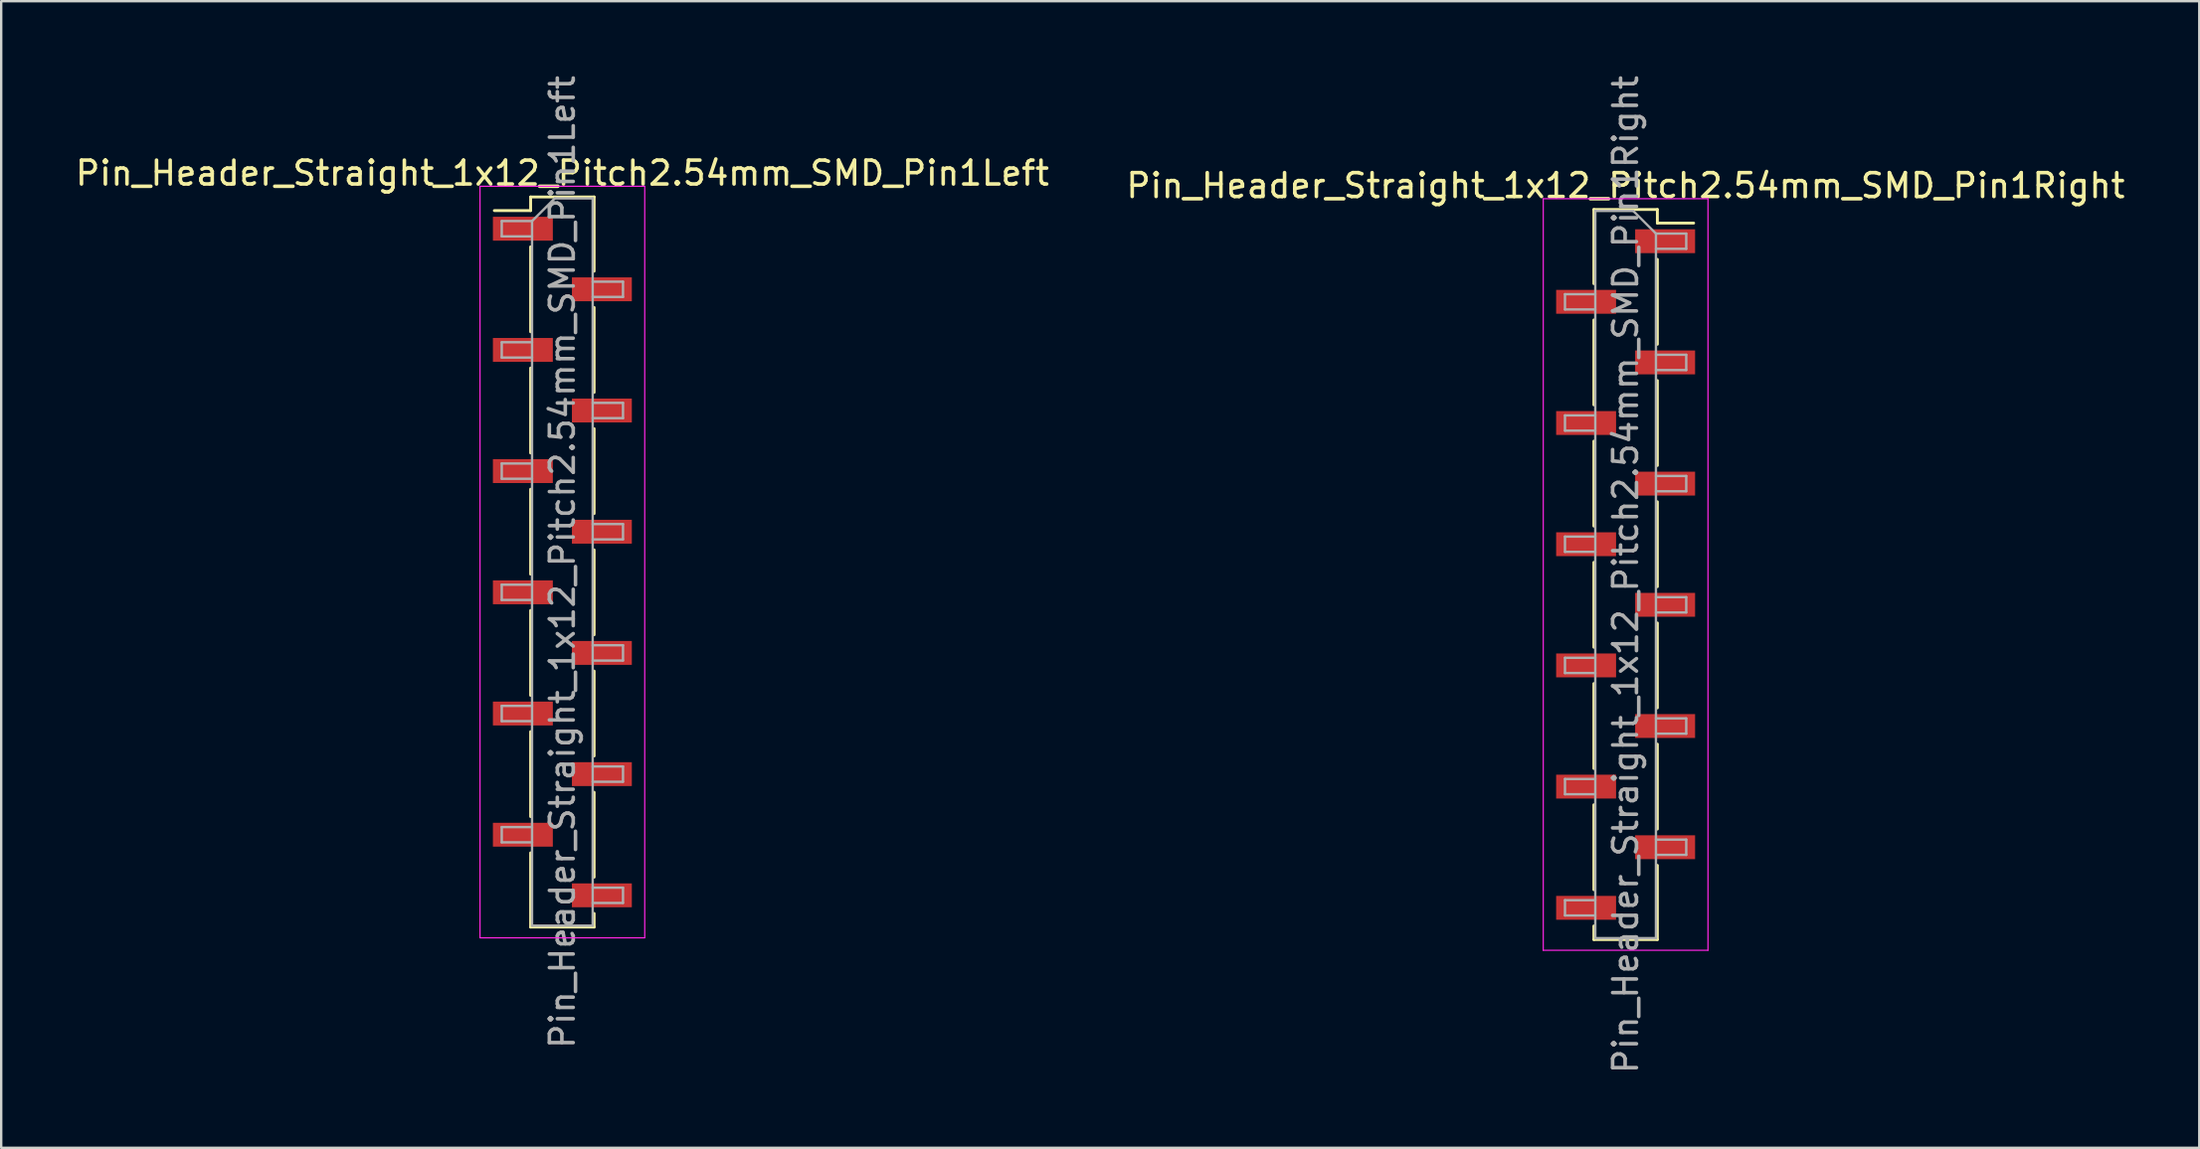
<source format=kicad_pcb>
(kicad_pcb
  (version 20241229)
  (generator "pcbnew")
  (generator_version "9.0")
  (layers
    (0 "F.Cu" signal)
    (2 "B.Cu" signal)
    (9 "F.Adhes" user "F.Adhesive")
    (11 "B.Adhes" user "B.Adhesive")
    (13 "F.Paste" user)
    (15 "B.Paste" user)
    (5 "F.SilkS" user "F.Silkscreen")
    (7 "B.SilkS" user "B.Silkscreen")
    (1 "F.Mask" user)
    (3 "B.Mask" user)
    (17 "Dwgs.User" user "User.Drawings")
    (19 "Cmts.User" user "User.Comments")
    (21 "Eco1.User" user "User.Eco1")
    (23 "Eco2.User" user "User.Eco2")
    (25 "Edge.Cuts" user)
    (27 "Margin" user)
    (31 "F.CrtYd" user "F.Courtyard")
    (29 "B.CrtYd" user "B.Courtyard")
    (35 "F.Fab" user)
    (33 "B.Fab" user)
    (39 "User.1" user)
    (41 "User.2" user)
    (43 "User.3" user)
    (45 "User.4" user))
  (footprint "Pin_Header_Straight_1x12_Pitch2.54mm_SMD_Pin1Left"
    (layer "F.Cu")
    (at 20.506 20.506)
    (property "Reference" "Pin_Header_Straight_1x12_Pitch2.54mm_SMD_Pin1Left" (at 0 -16.3 0) (layer "F.SilkS") (effects (font (size 1 1) (thickness 0.15))))
    (attr smd)
    (fp_line (start -1.33 -15.3) (end -1.33 -14.73) (stroke (width 0.12) (type solid)) (layer "F.SilkS"))
    (fp_line (start -1.33 -15.3) (end 1.33 -15.3) (stroke (width 0.12) (type solid)) (layer "F.SilkS"))
    (fp_line (start -1.33 -14.73) (end -2.85 -14.73) (stroke (width 0.12) (type solid)) (layer "F.SilkS"))
    (fp_line (start -1.33 -13.21) (end -1.33 -9.65) (stroke (width 0.12) (type solid)) (layer "F.SilkS"))
    (fp_line (start -1.33 -8.13) (end -1.33 -4.57) (stroke (width 0.12) (type solid)) (layer "F.SilkS"))
    (fp_line (start -1.33 -3.05) (end -1.33 0.51) (stroke (width 0.12) (type solid)) (layer "F.SilkS"))
    (fp_line (start -1.33 2.03) (end -1.33 5.59) (stroke (width 0.12) (type solid)) (layer "F.SilkS"))
    (fp_line (start -1.33 7.11) (end -1.33 10.67) (stroke (width 0.12) (type solid)) (layer "F.SilkS"))
    (fp_line (start -1.33 12.19) (end -1.33 15.3) (stroke (width 0.12) (type solid)) (layer "F.SilkS"))
    (fp_line (start -1.33 15.3) (end 1.33 15.3) (stroke (width 0.12) (type solid)) (layer "F.SilkS"))
    (fp_line (start 1.33 -15.3) (end 1.33 -12.19) (stroke (width 0.12) (type solid)) (layer "F.SilkS"))
    (fp_line (start 1.33 -10.67) (end 1.33 -7.11) (stroke (width 0.12) (type solid)) (layer "F.SilkS"))
    (fp_line (start 1.33 -5.59) (end 1.33 -2.03) (stroke (width 0.12) (type solid)) (layer "F.SilkS"))
    (fp_line (start 1.33 -0.51) (end 1.33 3.05) (stroke (width 0.12) (type solid)) (layer "F.SilkS"))
    (fp_line (start 1.33 4.57) (end 1.33 8.13) (stroke (width 0.12) (type solid)) (layer "F.SilkS"))
    (fp_line (start 1.33 9.65) (end 1.33 13.21) (stroke (width 0.12) (type solid)) (layer "F.SilkS"))
    (fp_line (start 1.33 14.73) (end 1.33 15.3) (stroke (width 0.12) (type solid)) (layer "F.SilkS"))
    (fp_line (start -3.45 -15.75) (end -3.45 15.75) (stroke (width 0.05) (type solid)) (layer "F.CrtYd"))
    (fp_line (start -3.45 15.75) (end 3.45 15.75) (stroke (width 0.05) (type solid)) (layer "F.CrtYd"))
    (fp_line (start 3.45 -15.75) (end -3.45 -15.75) (stroke (width 0.05) (type solid)) (layer "F.CrtYd"))
    (fp_line (start 3.45 15.75) (end 3.45 -15.75) (stroke (width 0.05) (type solid)) (layer "F.CrtYd"))
    (fp_line (start -2.54 -14.29) (end -2.54 -13.65) (stroke (width 0.1) (type solid)) (layer "F.Fab"))
    (fp_line (start -2.54 -13.65) (end -1.27 -13.65) (stroke (width 0.1) (type solid)) (layer "F.Fab"))
    (fp_line (start -2.54 -9.21) (end -2.54 -8.57) (stroke (width 0.1) (type solid)) (layer "F.Fab"))
    (fp_line (start -2.54 -8.57) (end -1.27 -8.57) (stroke (width 0.1) (type solid)) (layer "F.Fab"))
    (fp_line (start -2.54 -4.13) (end -2.54 -3.49) (stroke (width 0.1) (type solid)) (layer "F.Fab"))
    (fp_line (start -2.54 -3.49) (end -1.27 -3.49) (stroke (width 0.1) (type solid)) (layer "F.Fab"))
    (fp_line (start -2.54 0.95) (end -2.54 1.59) (stroke (width 0.1) (type solid)) (layer "F.Fab"))
    (fp_line (start -2.54 1.59) (end -1.27 1.59) (stroke (width 0.1) (type solid)) (layer "F.Fab"))
    (fp_line (start -2.54 6.03) (end -2.54 6.67) (stroke (width 0.1) (type solid)) (layer "F.Fab"))
    (fp_line (start -2.54 6.67) (end -1.27 6.67) (stroke (width 0.1) (type solid)) (layer "F.Fab"))
    (fp_line (start -2.54 11.11) (end -2.54 11.75) (stroke (width 0.1) (type solid)) (layer "F.Fab"))
    (fp_line (start -2.54 11.75) (end -1.27 11.75) (stroke (width 0.1) (type solid)) (layer "F.Fab"))
    (fp_line (start -1.27 -14.29) (end -2.54 -14.29) (stroke (width 0.1) (type solid)) (layer "F.Fab"))
    (fp_line (start -1.27 -14.29) (end -0.32 -15.24) (stroke (width 0.1) (type solid)) (layer "F.Fab"))
    (fp_line (start -1.27 -9.21) (end -2.54 -9.21) (stroke (width 0.1) (type solid)) (layer "F.Fab"))
    (fp_line (start -1.27 -4.13) (end -2.54 -4.13) (stroke (width 0.1) (type solid)) (layer "F.Fab"))
    (fp_line (start -1.27 0.95) (end -2.54 0.95) (stroke (width 0.1) (type solid)) (layer "F.Fab"))
    (fp_line (start -1.27 6.03) (end -2.54 6.03) (stroke (width 0.1) (type solid)) (layer "F.Fab"))
    (fp_line (start -1.27 11.11) (end -2.54 11.11) (stroke (width 0.1) (type solid)) (layer "F.Fab"))
    (fp_line (start -1.27 15.24) (end -1.27 -14.29) (stroke (width 0.1) (type solid)) (layer "F.Fab"))
    (fp_line (start -0.32 -15.24) (end 1.27 -15.24) (stroke (width 0.1) (type solid)) (layer "F.Fab"))
    (fp_line (start 1.27 -15.24) (end 1.27 15.24) (stroke (width 0.1) (type solid)) (layer "F.Fab"))
    (fp_line (start 1.27 -11.75) (end 2.54 -11.75) (stroke (width 0.1) (type solid)) (layer "F.Fab"))
    (fp_line (start 1.27 -6.67) (end 2.54 -6.67) (stroke (width 0.1) (type solid)) (layer "F.Fab"))
    (fp_line (start 1.27 -1.59) (end 2.54 -1.59) (stroke (width 0.1) (type solid)) (layer "F.Fab"))
    (fp_line (start 1.27 3.49) (end 2.54 3.49) (stroke (width 0.1) (type solid)) (layer "F.Fab"))
    (fp_line (start 1.27 8.57) (end 2.54 8.57) (stroke (width 0.1) (type solid)) (layer "F.Fab"))
    (fp_line (start 1.27 13.65) (end 2.54 13.65) (stroke (width 0.1) (type solid)) (layer "F.Fab"))
    (fp_line (start 1.27 15.24) (end -1.27 15.24) (stroke (width 0.1) (type solid)) (layer "F.Fab"))
    (fp_line (start 2.54 -11.75) (end 2.54 -11.11) (stroke (width 0.1) (type solid)) (layer "F.Fab"))
    (fp_line (start 2.54 -11.11) (end 1.27 -11.11) (stroke (width 0.1) (type solid)) (layer "F.Fab"))
    (fp_line (start 2.54 -6.67) (end 2.54 -6.03) (stroke (width 0.1) (type solid)) (layer "F.Fab"))
    (fp_line (start 2.54 -6.03) (end 1.27 -6.03) (stroke (width 0.1) (type solid)) (layer "F.Fab"))
    (fp_line (start 2.54 -1.59) (end 2.54 -0.95) (stroke (width 0.1) (type solid)) (layer "F.Fab"))
    (fp_line (start 2.54 -0.95) (end 1.27 -0.95) (stroke (width 0.1) (type solid)) (layer "F.Fab"))
    (fp_line (start 2.54 3.49) (end 2.54 4.13) (stroke (width 0.1) (type solid)) (layer "F.Fab"))
    (fp_line (start 2.54 4.13) (end 1.27 4.13) (stroke (width 0.1) (type solid)) (layer "F.Fab"))
    (fp_line (start 2.54 8.57) (end 2.54 9.21) (stroke (width 0.1) (type solid)) (layer "F.Fab"))
    (fp_line (start 2.54 9.21) (end 1.27 9.21) (stroke (width 0.1) (type solid)) (layer "F.Fab"))
    (fp_line (start 2.54 13.65) (end 2.54 14.29) (stroke (width 0.1) (type solid)) (layer "F.Fab"))
    (fp_line (start 2.54 14.29) (end 1.27 14.29) (stroke (width 0.1) (type solid)) (layer "F.Fab"))
    (fp_text user "${REFERENCE}" (at 0 0 90) (layer "F.Fab") (effects (font (size 1 1) (thickness 0.15))))
    (pad "1" smd rect (at -1.655 -13.97) (size 2.51 1) (layers "F.Cu" "F.Mask" "F.Paste"))
    (pad "2" smd rect (at 1.655 -11.43) (size 2.51 1) (layers "F.Cu" "F.Mask" "F.Paste"))
    (pad "3" smd rect (at -1.655 -8.89) (size 2.51 1) (layers "F.Cu" "F.Mask" "F.Paste"))
    (pad "4" smd rect (at 1.655 -6.35) (size 2.51 1) (layers "F.Cu" "F.Mask" "F.Paste"))
    (pad "5" smd rect (at -1.655 -3.81) (size 2.51 1) (layers "F.Cu" "F.Mask" "F.Paste"))
    (pad "6" smd rect (at 1.655 -1.27) (size 2.51 1) (layers "F.Cu" "F.Mask" "F.Paste"))
    (pad "7" smd rect (at -1.655 1.27) (size 2.51 1) (layers "F.Cu" "F.Mask" "F.Paste"))
    (pad "8" smd rect (at 1.655 3.81) (size 2.51 1) (layers "F.Cu" "F.Mask" "F.Paste"))
    (pad "9" smd rect (at -1.655 6.35) (size 2.51 1) (layers "F.Cu" "F.Mask" "F.Paste"))
    (pad "10" smd rect (at 1.655 8.89) (size 2.51 1) (layers "F.Cu" "F.Mask" "F.Paste"))
    (pad "11" smd rect (at -1.655 11.43) (size 2.51 1) (layers "F.Cu" "F.Mask" "F.Paste"))
    (pad "12" smd rect (at 1.655 13.97) (size 2.51 1) (layers "F.Cu" "F.Mask" "F.Paste")))
  (footprint "Pin_Header_Straight_1x12_Pitch2.54mm_SMD_Pin1Right"
    (layer "F.Cu")
    (at 65.042 21.03)
    (property "Reference" "Pin_Header_Straight_1x12_Pitch2.54mm_SMD_Pin1Right" (at 0 -16.3 0) (layer "F.SilkS") (effects (font (size 1 1) (thickness 0.15))))
    (attr smd)
    (fp_line (start -1.33 -15.3) (end -1.33 -12.19) (stroke (width 0.12) (type solid)) (layer "F.SilkS"))
    (fp_line (start -1.33 -15.3) (end 1.33 -15.3) (stroke (width 0.12) (type solid)) (layer "F.SilkS"))
    (fp_line (start -1.33 -10.67) (end -1.33 -7.11) (stroke (width 0.12) (type solid)) (layer "F.SilkS"))
    (fp_line (start -1.33 -5.59) (end -1.33 -2.03) (stroke (width 0.12) (type solid)) (layer "F.SilkS"))
    (fp_line (start -1.33 -0.51) (end -1.33 3.05) (stroke (width 0.12) (type solid)) (layer "F.SilkS"))
    (fp_line (start -1.33 4.57) (end -1.33 8.13) (stroke (width 0.12) (type solid)) (layer "F.SilkS"))
    (fp_line (start -1.33 9.65) (end -1.33 13.21) (stroke (width 0.12) (type solid)) (layer "F.SilkS"))
    (fp_line (start -1.33 14.73) (end -1.33 15.3) (stroke (width 0.12) (type solid)) (layer "F.SilkS"))
    (fp_line (start -1.33 15.3) (end 1.33 15.3) (stroke (width 0.12) (type solid)) (layer "F.SilkS"))
    (fp_line (start 1.33 -15.3) (end 1.33 -14.73) (stroke (width 0.12) (type solid)) (layer "F.SilkS"))
    (fp_line (start 1.33 -14.73) (end 2.85 -14.73) (stroke (width 0.12) (type solid)) (layer "F.SilkS"))
    (fp_line (start 1.33 -13.21) (end 1.33 -9.65) (stroke (width 0.12) (type solid)) (layer "F.SilkS"))
    (fp_line (start 1.33 -8.13) (end 1.33 -4.57) (stroke (width 0.12) (type solid)) (layer "F.SilkS"))
    (fp_line (start 1.33 -3.05) (end 1.33 0.51) (stroke (width 0.12) (type solid)) (layer "F.SilkS"))
    (fp_line (start 1.33 2.03) (end 1.33 5.59) (stroke (width 0.12) (type solid)) (layer "F.SilkS"))
    (fp_line (start 1.33 7.11) (end 1.33 10.67) (stroke (width 0.12) (type solid)) (layer "F.SilkS"))
    (fp_line (start 1.33 12.19) (end 1.33 15.3) (stroke (width 0.12) (type solid)) (layer "F.SilkS"))
    (fp_line (start -3.45 -15.75) (end -3.45 15.75) (stroke (width 0.05) (type solid)) (layer "F.CrtYd"))
    (fp_line (start -3.45 15.75) (end 3.45 15.75) (stroke (width 0.05) (type solid)) (layer "F.CrtYd"))
    (fp_line (start 3.45 -15.75) (end -3.45 -15.75) (stroke (width 0.05) (type solid)) (layer "F.CrtYd"))
    (fp_line (start 3.45 15.75) (end 3.45 -15.75) (stroke (width 0.05) (type solid)) (layer "F.CrtYd"))
    (fp_line (start -2.54 -11.75) (end -2.54 -11.11) (stroke (width 0.1) (type solid)) (layer "F.Fab"))
    (fp_line (start -2.54 -11.11) (end -1.27 -11.11) (stroke (width 0.1) (type solid)) (layer "F.Fab"))
    (fp_line (start -2.54 -6.67) (end -2.54 -6.03) (stroke (width 0.1) (type solid)) (layer "F.Fab"))
    (fp_line (start -2.54 -6.03) (end -1.27 -6.03) (stroke (width 0.1) (type solid)) (layer "F.Fab"))
    (fp_line (start -2.54 -1.59) (end -2.54 -0.95) (stroke (width 0.1) (type solid)) (layer "F.Fab"))
    (fp_line (start -2.54 -0.95) (end -1.27 -0.95) (stroke (width 0.1) (type solid)) (layer "F.Fab"))
    (fp_line (start -2.54 3.49) (end -2.54 4.13) (stroke (width 0.1) (type solid)) (layer "F.Fab"))
    (fp_line (start -2.54 4.13) (end -1.27 4.13) (stroke (width 0.1) (type solid)) (layer "F.Fab"))
    (fp_line (start -2.54 8.57) (end -2.54 9.21) (stroke (width 0.1) (type solid)) (layer "F.Fab"))
    (fp_line (start -2.54 9.21) (end -1.27 9.21) (stroke (width 0.1) (type solid)) (layer "F.Fab"))
    (fp_line (start -2.54 13.65) (end -2.54 14.29) (stroke (width 0.1) (type solid)) (layer "F.Fab"))
    (fp_line (start -2.54 14.29) (end -1.27 14.29) (stroke (width 0.1) (type solid)) (layer "F.Fab"))
    (fp_line (start -1.27 -15.24) (end -1.27 15.24) (stroke (width 0.1) (type solid)) (layer "F.Fab"))
    (fp_line (start -1.27 -15.24) (end 0.32 -15.24) (stroke (width 0.1) (type solid)) (layer "F.Fab"))
    (fp_line (start -1.27 -11.75) (end -2.54 -11.75) (stroke (width 0.1) (type solid)) (layer "F.Fab"))
    (fp_line (start -1.27 -6.67) (end -2.54 -6.67) (stroke (width 0.1) (type solid)) (layer "F.Fab"))
    (fp_line (start -1.27 -1.59) (end -2.54 -1.59) (stroke (width 0.1) (type solid)) (layer "F.Fab"))
    (fp_line (start -1.27 3.49) (end -2.54 3.49) (stroke (width 0.1) (type solid)) (layer "F.Fab"))
    (fp_line (start -1.27 8.57) (end -2.54 8.57) (stroke (width 0.1) (type solid)) (layer "F.Fab"))
    (fp_line (start -1.27 13.65) (end -2.54 13.65) (stroke (width 0.1) (type solid)) (layer "F.Fab"))
    (fp_line (start 1.27 -14.29) (end 0.32 -15.24) (stroke (width 0.1) (type solid)) (layer "F.Fab"))
    (fp_line (start 1.27 -14.29) (end 2.54 -14.29) (stroke (width 0.1) (type solid)) (layer "F.Fab"))
    (fp_line (start 1.27 -9.21) (end 2.54 -9.21) (stroke (width 0.1) (type solid)) (layer "F.Fab"))
    (fp_line (start 1.27 -4.13) (end 2.54 -4.13) (stroke (width 0.1) (type solid)) (layer "F.Fab"))
    (fp_line (start 1.27 0.95) (end 2.54 0.95) (stroke (width 0.1) (type solid)) (layer "F.Fab"))
    (fp_line (start 1.27 6.03) (end 2.54 6.03) (stroke (width 0.1) (type solid)) (layer "F.Fab"))
    (fp_line (start 1.27 11.11) (end 2.54 11.11) (stroke (width 0.1) (type solid)) (layer "F.Fab"))
    (fp_line (start 1.27 15.24) (end -1.27 15.24) (stroke (width 0.1) (type solid)) (layer "F.Fab"))
    (fp_line (start 1.27 15.24) (end 1.27 -14.29) (stroke (width 0.1) (type solid)) (layer "F.Fab"))
    (fp_line (start 2.54 -14.29) (end 2.54 -13.65) (stroke (width 0.1) (type solid)) (layer "F.Fab"))
    (fp_line (start 2.54 -13.65) (end 1.27 -13.65) (stroke (width 0.1) (type solid)) (layer "F.Fab"))
    (fp_line (start 2.54 -9.21) (end 2.54 -8.57) (stroke (width 0.1) (type solid)) (layer "F.Fab"))
    (fp_line (start 2.54 -8.57) (end 1.27 -8.57) (stroke (width 0.1) (type solid)) (layer "F.Fab"))
    (fp_line (start 2.54 -4.13) (end 2.54 -3.49) (stroke (width 0.1) (type solid)) (layer "F.Fab"))
    (fp_line (start 2.54 -3.49) (end 1.27 -3.49) (stroke (width 0.1) (type solid)) (layer "F.Fab"))
    (fp_line (start 2.54 0.95) (end 2.54 1.59) (stroke (width 0.1) (type solid)) (layer "F.Fab"))
    (fp_line (start 2.54 1.59) (end 1.27 1.59) (stroke (width 0.1) (type solid)) (layer "F.Fab"))
    (fp_line (start 2.54 6.03) (end 2.54 6.67) (stroke (width 0.1) (type solid)) (layer "F.Fab"))
    (fp_line (start 2.54 6.67) (end 1.27 6.67) (stroke (width 0.1) (type solid)) (layer "F.Fab"))
    (fp_line (start 2.54 11.11) (end 2.54 11.75) (stroke (width 0.1) (type solid)) (layer "F.Fab"))
    (fp_line (start 2.54 11.75) (end 1.27 11.75) (stroke (width 0.1) (type solid)) (layer "F.Fab"))
    (fp_text user "${REFERENCE}" (at 0 0 90) (layer "F.Fab") (effects (font (size 1 1) (thickness 0.15))))
    (pad "1" smd rect (at 1.655 -13.97) (size 2.51 1) (layers "F.Cu" "F.Mask" "F.Paste"))
    (pad "2" smd rect (at -1.655 -11.43) (size 2.51 1) (layers "F.Cu" "F.Mask" "F.Paste"))
    (pad "3" smd rect (at 1.655 -8.89) (size 2.51 1) (layers "F.Cu" "F.Mask" "F.Paste"))
    (pad "4" smd rect (at -1.655 -6.35) (size 2.51 1) (layers "F.Cu" "F.Mask" "F.Paste"))
    (pad "5" smd rect (at 1.655 -3.81) (size 2.51 1) (layers "F.Cu" "F.Mask" "F.Paste"))
    (pad "6" smd rect (at -1.655 -1.27) (size 2.51 1) (layers "F.Cu" "F.Mask" "F.Paste"))
    (pad "7" smd rect (at 1.655 1.27) (size 2.51 1) (layers "F.Cu" "F.Mask" "F.Paste"))
    (pad "8" smd rect (at -1.655 3.81) (size 2.51 1) (layers "F.Cu" "F.Mask" "F.Paste"))
    (pad "9" smd rect (at 1.655 6.35) (size 2.51 1) (layers "F.Cu" "F.Mask" "F.Paste"))
    (pad "10" smd rect (at -1.655 8.89) (size 2.51 1) (layers "F.Cu" "F.Mask" "F.Paste"))
    (pad "11" smd rect (at 1.655 11.43) (size 2.51 1) (layers "F.Cu" "F.Mask" "F.Paste"))
    (pad "12" smd rect (at -1.655 13.97) (size 2.51 1) (layers "F.Cu" "F.Mask" "F.Paste")))
  (gr_rect
    (start -3 -3)
    (end 89.071 45.06)
    (stroke (width 0.1) (type default))
    (fill no)
    (layer "Edge.Cuts")))
</source>
